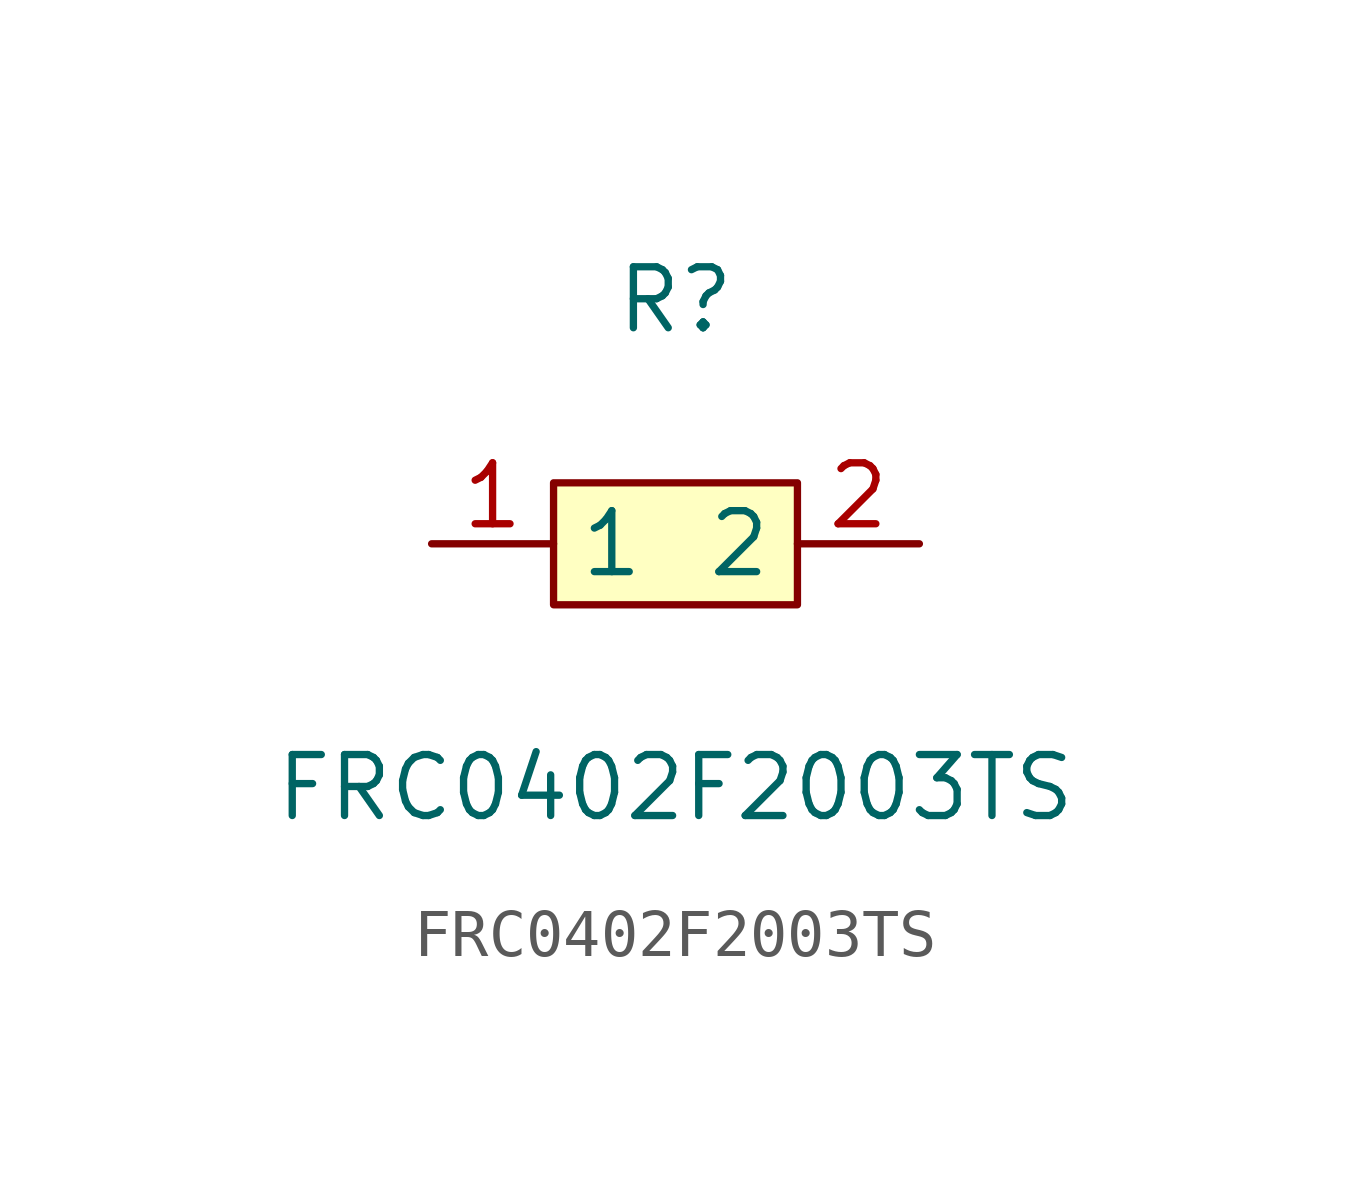
<source format=kicad_sym>
(kicad_symbol_lib
  (version 1)
  (generator "faebryk")
  (symbol "FRC0402F2003TS"
    (property "Reference" "R"
      (at 0 5.08 0)
      (effects (font (size 1.27 1.27)) (hide no)))
    (property "Value" "FRC0402F2003TS"
      (at 0 -5.08 0)
      (effects (font (size 1.27 1.27)) (hide no)))
    (symbol "FRC0402F2003TS_0_1"
      (rectangle (start -2.54 1.27) (end 2.54 -1.27) (stroke (width 0) (type default) (color 0 0 0 0)) (fill (type background)))
      (pin unspecified line (at 5.08 0 180) (length 2.54) (name "2" (effects (font (size 1.27 1.27)) (hide no))) (number "2" (effects (font (size 1.27 1.27)) (hide no))))
      (pin unspecified line (at -5.08 0 0) (length 2.54) (name "1" (effects (font (size 1.27 1.27)) (hide no))) (number "1" (effects (font (size 1.27 1.27)) (hide no)))))))
</source>
